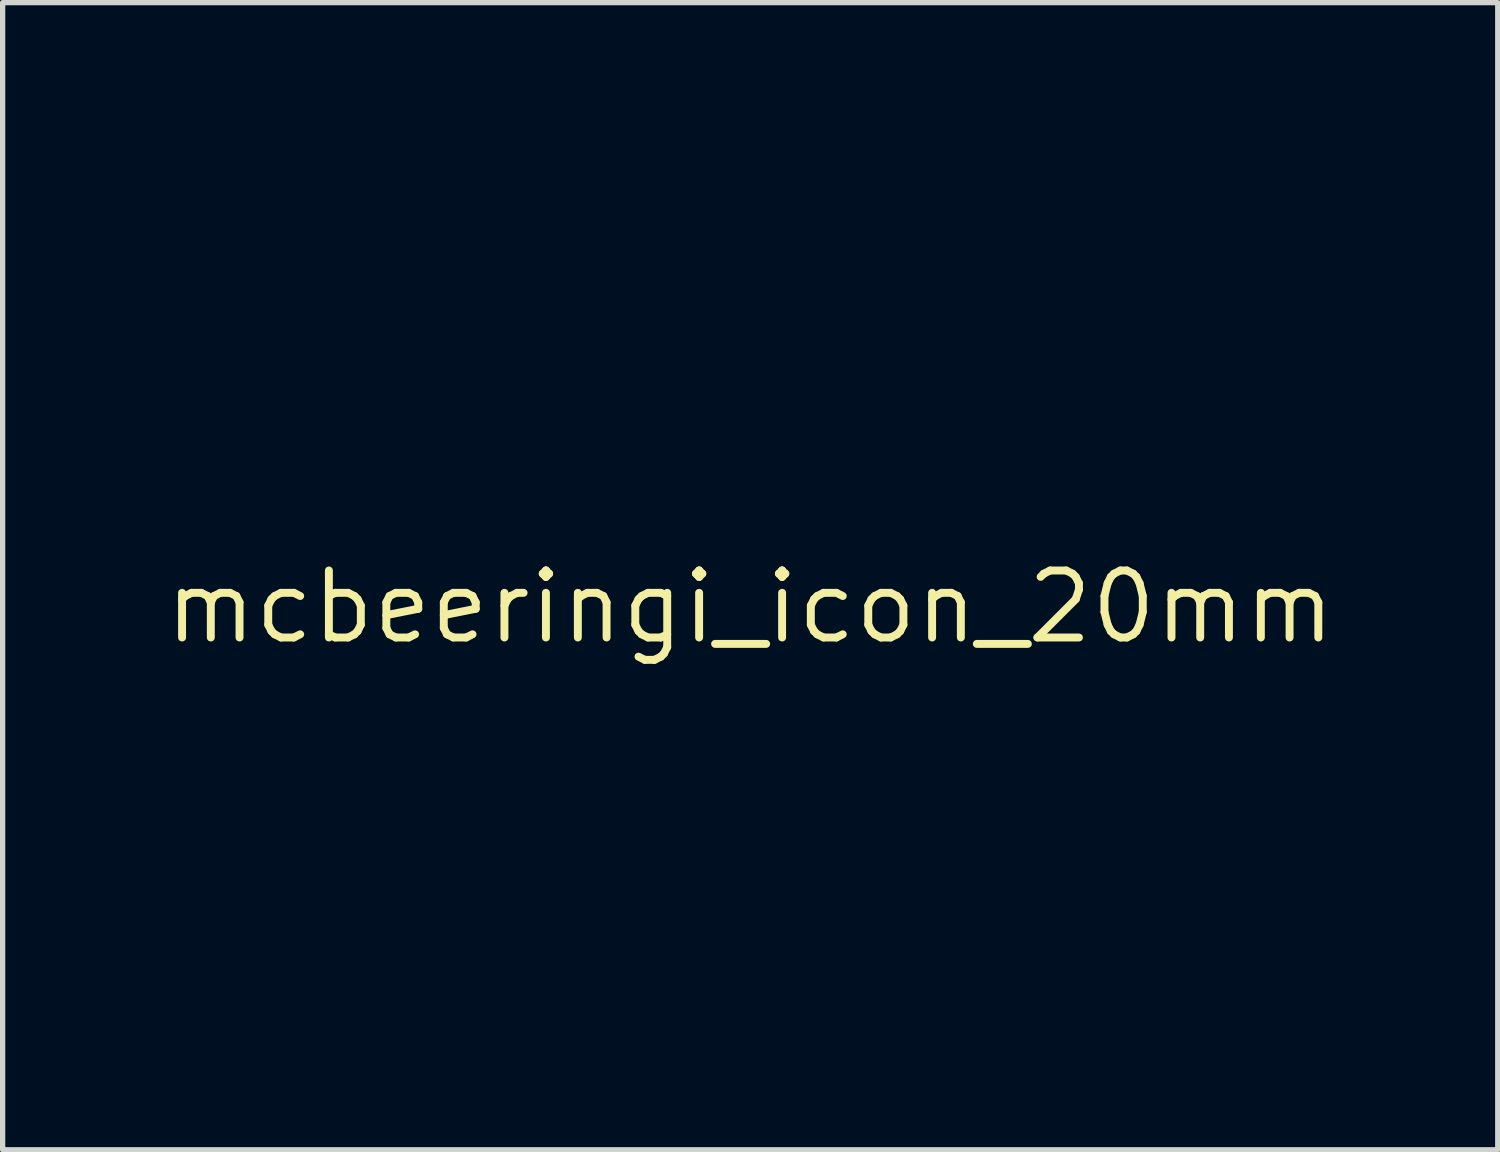
<source format=kicad_pcb>
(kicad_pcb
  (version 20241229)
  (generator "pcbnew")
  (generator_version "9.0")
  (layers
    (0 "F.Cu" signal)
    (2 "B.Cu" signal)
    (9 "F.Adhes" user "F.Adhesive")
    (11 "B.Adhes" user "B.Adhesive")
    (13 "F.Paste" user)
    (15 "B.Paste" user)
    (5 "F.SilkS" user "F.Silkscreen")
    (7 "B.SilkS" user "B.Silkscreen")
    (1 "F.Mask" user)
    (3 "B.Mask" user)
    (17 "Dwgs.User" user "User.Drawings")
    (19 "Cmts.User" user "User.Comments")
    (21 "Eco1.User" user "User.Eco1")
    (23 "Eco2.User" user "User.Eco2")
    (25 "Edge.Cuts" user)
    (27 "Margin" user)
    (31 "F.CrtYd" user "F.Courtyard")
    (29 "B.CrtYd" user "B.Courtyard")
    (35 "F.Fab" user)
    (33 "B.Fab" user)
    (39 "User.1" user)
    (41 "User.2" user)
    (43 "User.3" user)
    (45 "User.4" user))
  (footprint "mcbeeringi_icon_20mm"
    (layer "F.Cu")
    (at 11.165 8.45)
    (property "Reference" "mcbeeringi_icon_20mm" (at 0 0 0) (layer "F.SilkS") (effects (font (size 1.27 1.27) (thickness 0.15))))
    (attr board_only exclude_from_pos_files exclude_from_bom)
    (fp_poly (pts (xy 5.336 -2.781) (xy 5.345 -2.729) (xy 5.35 -2.675) (xy 5.358 -2.557) (xy 5.27 -2.473) (xy 5.178 -2.401) (xy 5.073 -2.347) (xy 5.067 -2.345) (xy 4.901 -2.293) (xy 4.705 -2.251) (xy 4.486 -2.219) (xy 4.254 -2.198) (xy 4.015 -2.189) (xy 3.968 -2.189) (xy 3.742 -2.19) (xy 4.528 -2.505) (xy 4.693 -2.571) (xy 4.847 -2.632) (xy 4.986 -2.686) (xy 5.107 -2.732) (xy 5.205 -2.768) (xy 5.277 -2.793) (xy 5.318 -2.806) (xy 5.328 -2.807)) (stroke (width 0) (type solid)) (fill yes) (layer "F.Mask"))
    (fp_poly (pts (xy -1.175 2.048) (xy -1.124 2.091) (xy -1.099 2.157) (xy -1.101 2.24) (xy -1.124 2.313) (xy -1.169 2.452) (xy -1.199 2.616) (xy -1.215 2.809) (xy -1.217 2.941) (xy -1.216 3.066) (xy -1.21 3.167) (xy -1.2 3.256) (xy -1.183 3.348) (xy -1.163 3.439) (xy -1.133 3.566) (xy -1.112 3.66) (xy -1.101 3.729) (xy -1.098 3.778) (xy -1.104 3.813) (xy -1.118 3.84) (xy -1.134 3.86) (xy -1.194 3.899) (xy -1.264 3.908) (xy -1.331 3.889) (xy -1.362 3.864) (xy -1.387 3.824) (xy -1.415 3.759) (xy -1.441 3.682) (xy -1.446 3.664) (xy -1.498 3.434) (xy -1.531 3.195) (xy -1.544 2.954) (xy -1.538 2.719) (xy -1.512 2.499) (xy -1.466 2.302) (xy -1.443 2.233) (xy -1.402 2.137) (xy -1.359 2.075) (xy -1.31 2.042) (xy -1.25 2.032)) (stroke (width 0) (type solid)) (fill yes) (layer "F.Mask"))
    (fp_poly (pts (xy 6.275 -1.235) (xy 6.31 -1.2) (xy 6.359 -1.143) (xy 6.417 -1.071) (xy 6.479 -0.988) (xy 6.542 -0.901) (xy 6.59 -0.83) (xy 6.722 -0.614) (xy 6.838 -0.393) (xy 6.936 -0.171) (xy 7.017 0.048) (xy 7.078 0.261) (xy 7.119 0.463) (xy 7.138 0.65) (xy 7.135 0.817) (xy 7.109 0.963) (xy 7.074 1.053) (xy 7.04 1.108) (xy 6.995 1.164) (xy 6.948 1.212) (xy 6.907 1.244) (xy 6.888 1.25) (xy 6.88 1.232) (xy 6.863 1.179) (xy 6.839 1.094) (xy 6.808 0.98) (xy 6.771 0.842) (xy 6.728 0.68) (xy 6.682 0.5) (xy 6.632 0.304) (xy 6.579 0.095) (xy 6.557 0.009) (xy 6.504 -0.204) (xy 6.454 -0.406) (xy 6.408 -0.594) (xy 6.367 -0.764) (xy 6.331 -0.913) (xy 6.302 -1.039) (xy 6.279 -1.137) (xy 6.264 -1.205) (xy 6.258 -1.239) (xy 6.258 -1.243)) (stroke (width 0) (type solid)) (fill yes) (layer "F.Mask"))
    (fp_poly (pts (xy 2.573 2.048) (xy 2.628 2.092) (xy 2.655 2.155) (xy 2.657 2.178) (xy 2.649 2.227) (xy 2.627 2.292) (xy 2.608 2.333) (xy 2.564 2.458) (xy 2.537 2.614) (xy 2.528 2.795) (xy 2.536 2.999) (xy 2.562 3.22) (xy 2.6 3.432) (xy 2.627 3.562) (xy 2.644 3.659) (xy 2.653 3.73) (xy 2.653 3.782) (xy 2.645 3.818) (xy 2.628 3.847) (xy 2.617 3.86) (xy 2.558 3.899) (xy 2.488 3.909) (xy 2.421 3.889) (xy 2.389 3.864) (xy 2.362 3.817) (xy 2.333 3.734) (xy 2.304 3.62) (xy 2.274 3.478) (xy 2.246 3.312) (xy 2.236 3.245) (xy 2.22 3.094) (xy 2.211 2.932) (xy 2.21 2.768) (xy 2.216 2.611) (xy 2.23 2.469) (xy 2.25 2.353) (xy 2.263 2.306) (xy 2.294 2.226) (xy 2.334 2.151) (xy 2.365 2.105) (xy 2.41 2.058) (xy 2.45 2.037) (xy 2.499 2.032)) (stroke (width 0) (type solid)) (fill yes) (layer "F.Mask"))
    (fp_poly (pts (xy -3.743 -3.589) (xy -3.679 -3.576) (xy -3.653 -3.569) (xy -3.581 -3.542) (xy -3.515 -3.508) (xy -3.488 -3.489) (xy -3.451 -3.456) (xy -3.443 -3.435) (xy -3.458 -3.414) (xy -3.458 -3.413) (xy -3.477 -3.397) (xy -3.523 -3.359) (xy -3.593 -3.3) (xy -3.683 -3.225) (xy -3.79 -3.136) (xy -3.911 -3.035) (xy -4.042 -2.925) (xy -4.182 -2.809) (xy -4.325 -2.69) (xy -4.47 -2.57) (xy -4.612 -2.452) (xy -4.749 -2.338) (xy -4.877 -2.231) (xy -4.994 -2.134) (xy -5.095 -2.05) (xy -5.179 -1.982) (xy -5.24 -1.931) (xy -5.277 -1.901) (xy -5.284 -1.895) (xy -5.305 -1.881) (xy -5.314 -1.885) (xy -5.314 -1.916) (xy -5.309 -1.968) (xy -5.281 -2.097) (xy -5.226 -2.246) (xy -5.148 -2.41) (xy -5.049 -2.581) (xy -4.931 -2.755) (xy -4.908 -2.787) (xy -4.743 -2.992) (xy -4.572 -3.171) (xy -4.399 -3.321) (xy -4.226 -3.44) (xy -4.057 -3.525) (xy -3.894 -3.575) (xy -3.885 -3.577) (xy -3.805 -3.589)) (stroke (width 0) (type solid)) (fill yes) (layer "F.Mask"))
    (fp_poly (pts (xy -0.898 1.097) (xy -0.868 1.105) (xy -0.846 1.12) (xy -0.83 1.134) (xy -0.791 1.194) (xy -0.781 1.264) (xy -0.8 1.331) (xy -0.826 1.362) (xy -0.857 1.384) (xy -0.901 1.399) (xy -0.969 1.409) (xy -1.045 1.416) (xy -1.38 1.458) (xy -1.71 1.534) (xy -2.028 1.643) (xy -2.328 1.781) (xy -2.576 1.929) (xy -2.691 2.011) (xy -2.794 2.095) (xy -2.879 2.178) (xy -2.945 2.254) (xy -2.988 2.321) (xy -3.004 2.374) (xy -2.992 2.408) (xy -2.977 2.442) (xy -2.97 2.494) (xy -2.97 2.501) (xy -2.987 2.577) (xy -3.033 2.63) (xy -3.104 2.656) (xy -3.131 2.657) (xy -3.182 2.651) (xy -3.223 2.626) (xy -3.261 2.585) (xy -3.318 2.489) (xy -3.337 2.383) (xy -3.319 2.269) (xy -3.263 2.147) (xy -3.17 2.017) (xy -3.044 1.884) (xy -2.849 1.723) (xy -2.624 1.574) (xy -2.374 1.44) (xy -2.107 1.324) (xy -1.83 1.229) (xy -1.549 1.158) (xy -1.271 1.113) (xy -1.108 1.099) (xy -1.01 1.095) (xy -0.942 1.094)) (stroke (width 0) (type solid)) (fill yes) (layer "F.Mask"))
    (fp_poly (pts (xy 2.497 1.199) (xy 2.627 1.208) (xy 2.913 1.242) (xy 3.184 1.293) (xy 3.436 1.359) (xy 3.664 1.441) (xy 3.865 1.535) (xy 4.034 1.641) (xy 4.114 1.706) (xy 4.17 1.759) (xy 4.203 1.798) (xy 4.217 1.834) (xy 4.22 1.874) (xy 4.204 1.95) (xy 4.159 2.004) (xy 4.09 2.029) (xy 4.063 2.03) (xy 4.015 2.021) (xy 3.958 1.992) (xy 3.883 1.941) (xy 3.859 1.923) (xy 3.694 1.816) (xy 3.494 1.724) (xy 3.258 1.646) (xy 2.988 1.583) (xy 2.931 1.572) (xy 2.825 1.556) (xy 2.697 1.543) (xy 2.56 1.534) (xy 2.423 1.527) (xy 2.296 1.525) (xy 2.192 1.528) (xy 2.144 1.532) (xy 2.08 1.542) (xy 2.046 1.554) (xy 2.034 1.573) (xy 2.032 1.59) (xy 2.014 1.645) (xy 1.968 1.69) (xy 1.905 1.716) (xy 1.873 1.719) (xy 1.802 1.702) (xy 1.743 1.655) (xy 1.702 1.588) (xy 1.684 1.51) (xy 1.692 1.429) (xy 1.707 1.392) (xy 1.762 1.327) (xy 1.851 1.275) (xy 1.972 1.235) (xy 2.122 1.209) (xy 2.298 1.197)) (stroke (width 0) (type solid)) (fill yes) (layer "F.Mask"))
    (fp_poly (pts (xy 4.402 -3.109) (xy 4.433 -3.065) (xy 4.459 -3.005) (xy 4.473 -2.943) (xy 4.474 -2.923) (xy 4.455 -2.845) (xy 4.399 -2.77) (xy 4.308 -2.7) (xy 4.184 -2.634) (xy 4.03 -2.574) (xy 3.847 -2.52) (xy 3.637 -2.473) (xy 3.402 -2.433) (xy 3.145 -2.402) (xy 2.927 -2.384) (xy 2.769 -2.374) (xy 2.635 -2.369) (xy 2.513 -2.368) (xy 2.388 -2.372) (xy 2.246 -2.381) (xy 2.185 -2.386) (xy 2.104 -2.394) (xy 2.008 -2.406) (xy 1.906 -2.421) (xy 1.804 -2.438) (xy 1.711 -2.455) (xy 1.635 -2.471) (xy 1.584 -2.484) (xy 1.565 -2.492) (xy 1.573 -2.504) (xy 1.585 -2.51) (xy 1.609 -2.516) (xy 1.668 -2.53) (xy 1.758 -2.55) (xy 1.874 -2.577) (xy 2.014 -2.608) (xy 2.173 -2.644) (xy 2.347 -2.682) (xy 2.534 -2.724) (xy 2.728 -2.767) (xy 2.928 -2.811) (xy 3.128 -2.856) (xy 3.326 -2.899) (xy 3.517 -2.941) (xy 3.698 -2.981) (xy 3.865 -3.018) (xy 4.015 -3.05) (xy 4.143 -3.078) (xy 4.246 -3.1) (xy 4.321 -3.116) (xy 4.363 -3.125) (xy 4.372 -3.126)) (stroke (width 0) (type solid)) (fill yes) (layer "F.Mask"))
    (fp_poly (pts (xy -1.177 4.238) (xy -1.126 4.279) (xy -1.097 4.338) (xy -1.094 4.366) (xy -1.103 4.406) (xy -1.127 4.47) (xy -1.162 4.55) (xy -1.201 4.63) (xy -1.286 4.815) (xy -1.346 4.984) (xy -1.379 5.135) (xy -1.387 5.265) (xy -1.368 5.373) (xy -1.322 5.457) (xy -1.25 5.514) (xy -1.247 5.516) (xy -1.177 5.537) (xy -1.118 5.534) (xy -1.077 5.51) (xy -1.059 5.469) (xy -1.073 5.414) (xy -1.074 5.414) (xy -1.096 5.338) (xy -1.087 5.266) (xy -1.051 5.206) (xy -0.992 5.168) (xy -0.935 5.158) (xy -0.864 5.176) (xy -0.807 5.227) (xy -0.766 5.308) (xy -0.745 5.413) (xy -0.742 5.472) (xy -0.759 5.596) (xy -0.808 5.698) (xy -0.889 5.78) (xy -0.967 5.824) (xy -1.049 5.849) (xy -1.15 5.859) (xy -1.252 5.855) (xy -1.337 5.837) (xy -1.339 5.836) (xy -1.471 5.766) (xy -1.575 5.669) (xy -1.651 5.549) (xy -1.698 5.406) (xy -1.714 5.244) (xy -1.699 5.065) (xy -1.692 5.023) (xy -1.66 4.896) (xy -1.614 4.758) (xy -1.56 4.62) (xy -1.5 4.489) (xy -1.439 4.375) (xy -1.381 4.287) (xy -1.362 4.264) (xy -1.305 4.227) (xy -1.24 4.22)) (stroke (width 0) (type solid)) (fill yes) (layer "F.Mask"))
    (fp_poly (pts (xy 1.32 -1.078) (xy 1.374 -1.047) (xy 1.465 -0.992) (xy 1.591 -0.937) (xy 1.749 -0.884) (xy 1.935 -0.834) (xy 2.147 -0.788) (xy 2.173 -0.783) (xy 2.466 -0.735) (xy 2.773 -0.7) (xy 3.089 -0.676) (xy 3.403 -0.666) (xy 3.709 -0.668) (xy 3.999 -0.684) (xy 4.264 -0.712) (xy 4.406 -0.735) (xy 4.528 -0.758) (xy 4.619 -0.772) (xy 4.684 -0.778) (xy 4.73 -0.776) (xy 4.762 -0.767) (xy 4.788 -0.75) (xy 4.798 -0.742) (xy 4.837 -0.682) (xy 4.846 -0.612) (xy 4.827 -0.545) (xy 4.802 -0.513) (xy 4.756 -0.486) (xy 4.677 -0.459) (xy 4.564 -0.432) (xy 4.414 -0.404) (xy 4.259 -0.38) (xy 4.161 -0.369) (xy 4.032 -0.359) (xy 3.88 -0.352) (xy 3.713 -0.346) (xy 3.54 -0.342) (xy 3.368 -0.34) (xy 3.205 -0.341) (xy 3.06 -0.344) (xy 2.94 -0.35) (xy 2.911 -0.353) (xy 2.623 -0.382) (xy 2.35 -0.42) (xy 2.095 -0.466) (xy 1.86 -0.517) (xy 1.651 -0.575) (xy 1.469 -0.637) (xy 1.319 -0.703) (xy 1.202 -0.772) (xy 1.163 -0.803) (xy 1.111 -0.868) (xy 1.092 -0.934) (xy 1.101 -0.995) (xy 1.134 -1.046) (xy 1.185 -1.081) (xy 1.248 -1.094)) (stroke (width 0) (type solid)) (fill yes) (layer "F.Mask"))
    (fp_poly (pts (xy 5.331 4.559) (xy 5.45 4.583) (xy 5.553 4.632) (xy 5.652 4.713) (xy 5.74 4.819) (xy 5.804 4.928) (xy 5.852 5.073) (xy 5.861 5.222) (xy 5.833 5.374) (xy 5.765 5.53) (xy 5.66 5.688) (xy 5.517 5.849) (xy 5.336 6.012) (xy 5.118 6.177) (xy 4.863 6.344) (xy 4.806 6.378) (xy 4.514 6.541) (xy 4.192 6.7) (xy 3.852 6.85) (xy 3.502 6.988) (xy 3.155 7.109) (xy 2.818 7.209) (xy 2.735 7.23) (xy 2.63 7.253) (xy 2.525 7.271) (xy 2.428 7.282) (xy 2.346 7.286) (xy 2.287 7.282) (xy 2.258 7.27) (xy 2.257 7.269) (xy 2.253 7.243) (xy 2.272 7.21) (xy 2.314 7.169) (xy 2.383 7.118) (xy 2.48 7.057) (xy 2.607 6.983) (xy 2.767 6.896) (xy 2.914 6.818) (xy 3.211 6.66) (xy 3.475 6.512) (xy 3.707 6.373) (xy 3.913 6.24) (xy 4.094 6.112) (xy 4.254 5.987) (xy 4.396 5.861) (xy 4.456 5.803) (xy 4.588 5.662) (xy 4.686 5.536) (xy 4.75 5.419) (xy 4.781 5.311) (xy 4.78 5.208) (xy 4.748 5.106) (xy 4.685 5.002) (xy 4.666 4.978) (xy 4.629 4.907) (xy 4.63 4.834) (xy 4.667 4.763) (xy 4.739 4.697) (xy 4.835 4.642) (xy 4.997 4.584) (xy 5.166 4.556)) (stroke (width 0) (type solid)) (fill yes) (layer "F.Mask"))
    (fp_poly (pts (xy 4.427 -0.144) (xy 4.506 -0.11) (xy 4.604 -0.058) (xy 4.718 0.009) (xy 4.842 0.089) (xy 4.971 0.176) (xy 5.101 0.269) (xy 5.226 0.363) (xy 5.342 0.455) (xy 5.444 0.542) (xy 5.527 0.621) (xy 5.572 0.67) (xy 5.649 0.769) (xy 5.712 0.863) (xy 5.764 0.961) (xy 5.807 1.071) (xy 5.847 1.2) (xy 5.886 1.358) (xy 5.9 1.419) (xy 5.946 1.601) (xy 6.003 1.767) (xy 6.076 1.925) (xy 6.166 2.081) (xy 6.279 2.241) (xy 6.417 2.412) (xy 6.545 2.557) (xy 6.618 2.639) (xy 6.668 2.699) (xy 6.7 2.744) (xy 6.716 2.779) (xy 6.721 2.811) (xy 6.721 2.818) (xy 6.704 2.89) (xy 6.657 2.943) (xy 6.587 2.968) (xy 6.561 2.97) (xy 6.53 2.967) (xy 6.499 2.956) (xy 6.464 2.932) (xy 6.418 2.89) (xy 6.355 2.826) (xy 6.317 2.788) (xy 6.115 2.562) (xy 5.948 2.344) (xy 5.813 2.129) (xy 5.708 1.914) (xy 5.631 1.694) (xy 5.606 1.598) (xy 5.584 1.501) (xy 5.561 1.403) (xy 5.541 1.32) (xy 5.536 1.299) (xy 5.497 1.166) (xy 5.441 1.049) (xy 5.364 0.938) (xy 5.258 0.821) (xy 5.247 0.811) (xy 5.112 0.687) (xy 4.953 0.561) (xy 4.765 0.43) (xy 4.545 0.291) (xy 4.512 0.27) (xy 4.406 0.206) (xy 4.33 0.157) (xy 4.277 0.119) (xy 4.245 0.088) (xy 4.228 0.059) (xy 4.221 0.028) (xy 4.22 0.000377) (xy 4.237 -0.074) (xy 4.283 -0.129) (xy 4.351 -0.155) (xy 4.374 -0.156)) (stroke (width 0) (type solid)) (fill yes) (layer "F.Mask"))
    (fp_poly (pts (xy 1.014 -2.015) (xy 1.067 -1.968) (xy 1.093 -1.899) (xy 1.094 -1.877) (xy 1.078 -1.817) (xy 1.03 -1.737) (xy 0.95 -1.636) (xy 0.837 -1.513) (xy 0.699 -1.376) (xy 0.489 -1.184) (xy 0.269 -1.005) (xy 0.043 -0.84) (xy -0.187 -0.691) (xy -0.416 -0.557) (xy -0.642 -0.443) (xy -0.863 -0.347) (xy -1.074 -0.272) (xy -1.272 -0.22) (xy -1.456 -0.191) (xy -1.62 -0.188) (xy -1.763 -0.21) (xy -1.838 -0.238) (xy -1.94 -0.303) (xy -2.015 -0.391) (xy -2.059 -0.493) (xy -2.068 -0.605) (xy -2.067 -0.617) (xy -2.065 -0.661) (xy -2.07 -0.683) (xy -2.072 -0.684) (xy -2.094 -0.679) (xy -2.146 -0.665) (xy -2.22 -0.645) (xy -2.291 -0.626) (xy -2.629 -0.514) (xy -2.96 -0.374) (xy -3.28 -0.206) (xy -3.586 -0.015) (xy -3.873 0.197) (xy -4.137 0.427) (xy -4.376 0.672) (xy -4.586 0.93) (xy -4.763 1.197) (xy -4.85 1.358) (xy -4.955 1.6) (xy -5.024 1.829) (xy -5.056 2.046) (xy -5.051 2.25) (xy -5.009 2.441) (xy -4.931 2.619) (xy -4.904 2.664) (xy -4.861 2.754) (xy -4.849 2.835) (xy -4.866 2.901) (xy -4.912 2.947) (xy -4.983 2.969) (xy -5.007 2.97) (xy -5.057 2.964) (xy -5.099 2.939) (xy -5.138 2.897) (xy -5.235 2.752) (xy -5.308 2.581) (xy -5.356 2.391) (xy -5.379 2.188) (xy -5.376 1.978) (xy -5.345 1.766) (xy -5.328 1.697) (xy -5.237 1.421) (xy -5.109 1.147) (xy -4.947 0.877) (xy -4.753 0.613) (xy -4.531 0.359) (xy -4.281 0.116) (xy -4.008 -0.112) (xy -3.712 -0.322) (xy -3.398 -0.513) (xy -3.243 -0.595) (xy -2.92 -0.747) (xy -2.601 -0.871) (xy -2.291 -0.965) (xy -2.054 -1.018) (xy -1.91 -1.045) (xy -1.833 -1.158) (xy -1.763 -1.257) (xy -1.708 -1.327) (xy -1.662 -1.372) (xy -1.62 -1.397) (xy -1.577 -1.406) (xy -1.564 -1.407) (xy -1.491 -1.39) (xy -1.439 -1.347) (xy -1.41 -1.285) (xy -1.409 -1.212) (xy -1.438 -1.142) (xy -1.47 -1.094) (xy -1.324 -1.094) (xy -1.246 -1.093) (xy -1.196 -1.086) (xy -1.163 -1.072) (xy -1.137 -1.049) (xy -1.101 -0.987) (xy -1.095 -0.916) (xy -1.117 -0.851) (xy -1.138 -0.826) (xy -1.163 -0.808) (xy -1.196 -0.795) (xy -1.247 -0.785) (xy -1.322 -0.776) (xy -1.429 -0.767) (xy -1.432 -0.767) (xy -1.528 -0.759) (xy -1.61 -0.749) (xy -1.671 -0.738) (xy -1.702 -0.728) (xy -1.704 -0.727) (xy -1.718 -0.695) (xy -1.726 -0.641) (xy -1.727 -0.622) (xy -1.726 -0.569) (xy -1.713 -0.541) (xy -1.679 -0.525) (xy -1.663 -0.52) (xy -1.578 -0.51) (xy -1.465 -0.518) (xy -1.329 -0.545) (xy -1.177 -0.587) (xy -1.012 -0.643) (xy -0.842 -0.712) (xy -0.676 -0.791) (xy -0.377 -0.956) (xy -0.097 -1.138) (xy 0.17 -1.344) (xy 0.431 -1.578) (xy 0.611 -1.758) (xy 0.702 -1.853) (xy 0.772 -1.924) (xy 0.824 -1.973) (xy 0.863 -2.005) (xy 0.893 -2.023) (xy 0.919 -2.03) (xy 0.941 -2.032)) (stroke (width 0) (type solid)) (fill yes) (layer "F.Mask"))
    (fp_poly (pts (xy 1.68 -8.43) (xy 1.796 -8.376) (xy 1.897 -8.288) (xy 1.901 -8.284) (xy 1.976 -8.167) (xy 2.019 -8.032) (xy 2.031 -7.88) (xy 2.012 -7.716) (xy 1.962 -7.543) (xy 1.884 -7.362) (xy 1.776 -7.177) (xy 1.641 -6.992) (xy 1.624 -6.971) (xy 1.516 -6.849) (xy 1.397 -6.731) (xy 1.258 -6.609) (xy 1.125 -6.502) (xy 1.052 -6.449) (xy 0.996 -6.42) (xy 0.947 -6.409) (xy 0.936 -6.409) (xy 0.861 -6.425) (xy 0.809 -6.47) (xy 0.785 -6.539) (xy 0.785 -6.576) (xy 0.791 -6.612) (xy 0.804 -6.643) (xy 0.832 -6.677) (xy 0.879 -6.721) (xy 0.951 -6.78) (xy 0.957 -6.785) (xy 1.078 -6.885) (xy 1.176 -6.971) (xy 1.259 -7.053) (xy 1.336 -7.138) (xy 1.412 -7.229) (xy 1.511 -7.366) (xy 1.59 -7.504) (xy 1.649 -7.64) (xy 1.687 -7.768) (xy 1.702 -7.885) (xy 1.694 -7.985) (xy 1.66 -8.063) (xy 1.637 -8.088) (xy 1.574 -8.122) (xy 1.493 -8.123) (xy 1.397 -8.094) (xy 1.289 -8.034) (xy 1.171 -7.945) (xy 1.046 -7.829) (xy 1.045 -7.829) (xy 0.901 -7.668) (xy 0.764 -7.488) (xy 0.633 -7.283) (xy 0.503 -7.049) (xy 0.372 -6.781) (xy 0.363 -6.76) (xy 0.325 -6.674) (xy 0.279 -6.565) (xy 0.229 -6.441) (xy 0.178 -6.311) (xy 0.129 -6.183) (xy 0.086 -6.067) (xy 0.051 -5.971) (xy 0.032 -5.91) (xy 0.029 -5.897) (xy 0.033 -5.888) (xy 0.048 -5.881) (xy 0.08 -5.877) (xy 0.132 -5.875) (xy 0.21 -5.875) (xy 0.318 -5.876) (xy 0.435 -5.878) (xy 0.642 -5.878) (xy 0.842 -5.873) (xy 1.03 -5.863) (xy 1.204 -5.848) (xy 1.357 -5.83) (xy 1.486 -5.808) (xy 1.587 -5.782) (xy 1.655 -5.754) (xy 1.675 -5.74) (xy 1.712 -5.681) (xy 1.72 -5.61) (xy 1.697 -5.542) (xy 1.671 -5.51) (xy 1.654 -5.495) (xy 1.637 -5.483) (xy 1.615 -5.476) (xy 1.583 -5.474) (xy 1.536 -5.476) (xy 1.468 -5.483) (xy 1.374 -5.495) (xy 1.249 -5.511) (xy 1.182 -5.521) (xy 1.053 -5.535) (xy 0.902 -5.544) (xy 0.724 -5.55) (xy 0.514 -5.551) (xy 0.498 -5.551) (xy 0.327 -5.55) (xy 0.19 -5.547) (xy 0.086 -5.542) (xy 0.009 -5.535) (xy -0.044 -5.525) (xy -0.076 -5.513) (xy -0.091 -5.496) (xy -0.093 -5.49) (xy -0.09 -5.478) (xy -0.071 -5.47) (xy -0.031 -5.466) (xy 0.036 -5.466) (xy 0.137 -5.468) (xy 0.138 -5.468) (xy 0.238 -5.471) (xy 0.307 -5.47) (xy 0.353 -5.467) (xy 0.383 -5.458) (xy 0.406 -5.444) (xy 0.421 -5.43) (xy 0.454 -5.391) (xy 0.469 -5.356) (xy 0.469 -5.355) (xy 0.473 -5.345) (xy 0.487 -5.337) (xy 0.517 -5.332) (xy 0.567 -5.328) (xy 0.641 -5.326) (xy 0.744 -5.324) (xy 0.881 -5.324) (xy 0.913 -5.324) (xy 1.125 -5.322) (xy 1.309 -5.315) (xy 1.478 -5.304) (xy 1.644 -5.287) (xy 1.819 -5.262) (xy 1.983 -5.235) (xy 2.386 -5.152) (xy 2.779 -5.045) (xy 3.157 -4.915) (xy 3.519 -4.765) (xy 3.858 -4.596) (xy 4.171 -4.411) (xy 4.455 -4.21) (xy 4.679 -4.02) (xy 4.762 -3.947) (xy 4.85 -3.875) (xy 4.931 -3.815) (xy 4.982 -3.781) (xy 5.054 -3.737) (xy 5.144 -3.679) (xy 5.238 -3.617) (xy 5.29 -3.582) (xy 5.363 -3.534) (xy 5.421 -3.5) (xy 5.459 -3.483) (xy 5.471 -3.484) (xy 5.488 -3.526) (xy 5.532 -3.563) (xy 5.589 -3.589) (xy 5.63 -3.595) (xy 5.692 -3.586) (xy 5.737 -3.554) (xy 5.768 -3.496) (xy 5.787 -3.406) (xy 5.793 -3.352) (xy 5.807 -3.196) (xy 6.031 -2.982) (xy 6.356 -2.644) (xy 6.652 -2.282) (xy 6.918 -1.896) (xy 7.153 -1.488) (xy 7.356 -1.061) (xy 7.525 -0.616) (xy 7.66 -0.155) (xy 7.725 0.137) (xy 7.754 0.285) (xy 7.777 0.413) (xy 7.794 0.53) (xy 7.807 0.644) (xy 7.816 0.762) (xy 7.821 0.893) (xy 7.824 1.045) (xy 7.825 1.226) (xy 7.825 1.28) (xy 7.824 1.448) (xy 7.823 1.585) (xy 7.82 1.695) (xy 7.816 1.787) (xy 7.81 1.867) (xy 7.801 1.941) (xy 7.79 2.016) (xy 7.779 2.079) (xy 7.712 2.387) (xy 7.628 2.669) (xy 7.526 2.92) (xy 7.409 3.139) (xy 7.371 3.198) (xy 7.29 3.302) (xy 7.192 3.405) (xy 7.087 3.498) (xy 6.985 3.571) (xy 6.922 3.606) (xy 6.809 3.657) (xy 6.614 4.04) (xy 6.555 4.156) (xy 6.498 4.263) (xy 6.448 4.355) (xy 6.407 4.426) (xy 6.379 4.47) (xy 6.373 4.478) (xy 6.314 4.522) (xy 6.244 4.535) (xy 6.176 4.516) (xy 6.138 4.488) (xy 6.106 4.437) (xy 6.098 4.377) (xy 6.115 4.302) (xy 6.159 4.207) (xy 6.181 4.166) (xy 6.22 4.096) (xy 6.264 4.015) (xy 6.309 3.929) (xy 6.351 3.846) (xy 6.388 3.774) (xy 6.415 3.719) (xy 6.428 3.689) (xy 6.428 3.686) (xy 6.411 3.676) (xy 6.367 3.658) (xy 6.306 3.635) (xy 6.208 3.594) (xy 6.144 3.552) (xy 6.108 3.504) (xy 6.096 3.446) (xy 6.096 3.439) (xy 6.112 3.367) (xy 6.155 3.313) (xy 6.216 3.284) (xy 6.239 3.282) (xy 6.284 3.289) (xy 6.351 3.304) (xy 6.417 3.324) (xy 6.485 3.344) (xy 6.541 3.355) (xy 6.571 3.355) (xy 6.593 3.331) (xy 6.625 3.274) (xy 6.665 3.19) (xy 6.71 3.083) (xy 6.727 3.038) (xy 7.073 3.038) (xy 7.083 3.048) (xy 7.092 3.038) (xy 7.083 3.028) (xy 7.073 3.038) (xy 6.727 3.038) (xy 6.735 3.019) (xy 7.089 3.019) (xy 7.122 2.98) (xy 7.149 2.94) (xy 7.184 2.881) (xy 7.204 2.844) (xy 7.293 2.641) (xy 7.368 2.409) (xy 7.43 2.153) (xy 7.475 1.879) (xy 7.503 1.596) (xy 7.508 1.485) (xy 7.511 1.404) (xy 7.512 1.348) (xy 7.512 1.32) (xy 7.51 1.327) (xy 7.509 1.329) (xy 7.472 1.615) (xy 7.421 1.898) (xy 7.355 2.184) (xy 7.271 2.482) (xy 7.167 2.799) (xy 7.103 2.98) (xy 7.089 3.019) (xy 6.735 3.019) (xy 6.759 2.958) (xy 6.81 2.821) (xy 6.862 2.676) (xy 6.912 2.528) (xy 6.959 2.383) (xy 7 2.244) (xy 7.034 2.12) (xy 7.078 1.943) (xy 7.112 1.794) (xy 7.138 1.664) (xy 7.156 1.543) (xy 7.168 1.422) (xy 7.175 1.292) (xy 7.178 1.143) (xy 7.179 0.987) (xy 7.177 0.8) (xy 7.172 0.644) (xy 7.162 0.508) (xy 7.145 0.383) (xy 7.121 0.26) (xy 7.087 0.13) (xy 7.044 -0.016) (xy 7.031 -0.056) (xy 6.982 -0.199) (xy 6.925 -0.343) (xy 6.857 -0.491) (xy 6.853 -0.498) (xy 7.21 -0.498) (xy 7.219 -0.488) (xy 7.229 -0.498) (xy 7.219 -0.508) (xy 7.21 -0.498) (xy 6.853 -0.498) (xy 6.777 -0.648) (xy 6.682 -0.818) (xy 6.57 -1.006) (xy 6.438 -1.216) (xy 6.284 -1.453) (xy 6.279 -1.461) (xy 6.193 -1.593) (xy 6.107 -1.725) (xy 6.026 -1.852) (xy 5.954 -1.966) (xy 5.895 -2.061) (xy 5.86 -2.12) (xy 5.777 -2.272) (xy 5.699 -2.437) (xy 5.659 -2.53) (xy 6.015 -2.53) (xy 6.106 -2.355) (xy 6.14 -2.293) (xy 6.193 -2.204) (xy 6.259 -2.095) (xy 6.337 -1.972) (xy 6.421 -1.84) (xy 6.509 -1.705) (xy 6.525 -1.681) (xy 6.662 -1.47) (xy 6.787 -1.275) (xy 6.897 -1.096) (xy 6.992 -0.938) (xy 7.068 -0.803) (xy 7.126 -0.694) (xy 7.163 -0.613) (xy 7.164 -0.61) (xy 7.184 -0.562) (xy 7.2 -0.536) (xy 7.204 -0.535) (xy 7.2 -0.555) (xy 7.184 -0.604) (xy 7.159 -0.675) (xy 7.126 -0.762) (xy 7.121 -0.775) (xy 6.996 -1.065) (xy 6.851 -1.355) (xy 6.69 -1.639) (xy 6.519 -1.908) (xy 6.341 -2.156) (xy 6.161 -2.373) (xy 6.115 -2.423) (xy 6.015 -2.53) (xy 5.659 -2.53) (xy 5.629 -2.602) (xy 5.573 -2.758) (xy 5.537 -2.882) (xy 5.505 -3.02) (xy 5.345 -3.142) (xy 5.277 -3.192) (xy 5.22 -3.232) (xy 5.183 -3.257) (xy 5.171 -3.263) (xy 5.164 -3.245) (xy 5.159 -3.2) (xy 5.158 -3.159) (xy 5.146 -3.068) (xy 5.109 -3.006) (xy 5.048 -2.975) (xy 4.999 -2.97) (xy 4.927 -2.986) (xy 4.875 -3.036) (xy 4.843 -3.118) (xy 4.836 -3.155) (xy 4.799 -3.3) (xy 4.726 -3.455) (xy 4.685 -3.523) (xy 4.658 -3.562) (xy 4.63 -3.594) (xy 4.592 -3.624) (xy 4.539 -3.656) (xy 4.463 -3.696) (xy 4.369 -3.742) (xy 3.922 -3.94) (xy 3.466 -4.104) (xy 3.337 -4.143) (xy 3.233 -4.176) (xy 3.14 -4.208) (xy 3.067 -4.237) (xy 3.022 -4.26) (xy 3.014 -4.265) (xy 2.977 -4.323) (xy 2.969 -4.392) (xy 2.991 -4.459) (xy 3.018 -4.493) (xy 3.031 -4.504) (xy 3.282 -4.504) (xy 3.292 -4.494) (xy 3.302 -4.504) (xy 3.292 -4.513) (xy 3.282 -4.504) (xy 3.031 -4.504) (xy 3.053 -4.52) (xy 3.09 -4.531) (xy 3.146 -4.53) (xy 3.169 -4.528) (xy 3.273 -4.517) (xy 3.185 -4.556) (xy 3.1 -4.59) (xy 2.987 -4.631) (xy 2.855 -4.675) (xy 2.713 -4.72) (xy 2.571 -4.763) (xy 2.438 -4.801) (xy 2.345 -4.825) (xy 1.894 -4.918) (xy 1.446 -4.977) (xy 1.003 -5.002) (xy 0.567 -4.994) (xy 0.142 -4.952) (xy -0.272 -4.878) (xy -0.671 -4.771) (xy -1.053 -4.631) (xy -1.417 -4.46) (xy -1.657 -4.321) (xy -1.761 -4.262) (xy -1.842 -4.229) (xy -1.905 -4.221) (xy -1.956 -4.237) (xy -1.99 -4.266) (xy -2.025 -4.328) (xy -2.031 -4.399) (xy -2.008 -4.465) (xy -1.988 -4.489) (xy -1.929 -4.536) (xy -1.84 -4.594) (xy -1.729 -4.659) (xy -1.601 -4.73) (xy -1.464 -4.8) (xy -1.323 -4.869) (xy -1.186 -4.93) (xy -1.113 -4.961) (xy -1.048 -4.989) (xy -1.014 -5.008) (xy -1.012 -5.017) (xy -1.044 -5.017) (xy -1.11 -5.008) (xy -1.213 -4.989) (xy -1.303 -4.972) (xy -1.755 -4.87) (xy -2.198 -4.746) (xy -2.625 -4.602) (xy -3.029 -4.44) (xy -3.405 -4.262) (xy -3.532 -4.195) (xy -3.713 -4.096) (xy -3.599 -4.054) (xy -3.469 -3.996) (xy -3.372 -3.926) (xy -3.309 -3.848) (xy -3.283 -3.764) (xy -3.282 -3.747) (xy -3.3 -3.675) (xy -3.347 -3.622) (xy -3.416 -3.596) (xy -3.438 -3.595) (xy -3.491 -3.605) (xy -3.546 -3.637) (xy -3.586 -3.672) (xy -3.661 -3.727) (xy -3.745 -3.759) (xy -3.846 -3.769) (xy -3.973 -3.758) (xy -4 -3.755) (xy -4.11 -3.735) (xy -4.204 -3.713) (xy -4.287 -3.685) (xy -4.366 -3.646) (xy -4.449 -3.594) (xy -4.543 -3.524) (xy -4.655 -3.432) (xy -4.719 -3.379) (xy -4.888 -3.213) (xy -5.047 -3.017) (xy -5.19 -2.799) (xy -5.312 -2.567) (xy -5.409 -2.33) (xy -5.473 -2.104) (xy -5.492 -1.993) (xy -5.504 -1.864) (xy -5.511 -1.729) (xy -5.511 -1.598) (xy -5.504 -1.483) (xy -5.491 -1.397) (xy -5.473 -1.282) (xy -5.482 -1.193) (xy -5.518 -1.132) (xy -5.579 -1.1) (xy -5.63 -1.094) (xy -5.7 -1.11) (xy -5.754 -1.159) (xy -5.793 -1.243) (xy -5.801 -1.27) (xy -5.815 -1.344) (xy -5.826 -1.446) (xy -5.833 -1.566) (xy -5.837 -1.693) (xy -5.838 -1.815) (xy -5.834 -1.923) (xy -5.826 -2.002) (xy -5.816 -2.07) (xy -5.811 -2.121) (xy -5.811 -2.144) (xy -5.811 -2.144) (xy -5.823 -2.131) (xy -5.851 -2.091) (xy -5.891 -2.031) (xy -5.936 -1.96) (xy -6.189 -1.514) (xy -6.405 -1.06) (xy -6.583 -0.595) (xy -6.725 -0.118) (xy -6.832 0.374) (xy -6.889 0.752) (xy -6.903 0.901) (xy -6.913 1.074) (xy -6.92 1.262) (xy -6.922 1.454) (xy -6.92 1.641) (xy -6.914 1.813) (xy -6.903 1.959) (xy -6.899 2.003) (xy -6.848 2.325) (xy -6.78 2.624) (xy -6.694 2.897) (xy -6.593 3.143) (xy -6.477 3.361) (xy -6.346 3.55) (xy -6.203 3.708) (xy -6.047 3.833) (xy -5.881 3.925) (xy -5.705 3.981) (xy -5.519 4.002) (xy -5.441 3.999) (xy -5.347 3.988) (xy -5.25 3.97) (xy -5.17 3.948) (xy -5.17 3.948) (xy -5.064 3.917) (xy -4.985 3.909) (xy -4.925 3.924) (xy -4.888 3.953) (xy -4.853 4.015) (xy -4.846 4.085) (xy -4.868 4.15) (xy -4.889 4.175) (xy -4.952 4.215) (xy -5.044 4.252) (xy -5.158 4.284) (xy -5.283 4.309) (xy -5.412 4.325) (xy -5.534 4.332) (xy -5.627 4.327) (xy -5.847 4.285) (xy -6.054 4.206) (xy -6.249 4.093) (xy -6.429 3.946) (xy -6.594 3.767) (xy -6.742 3.558) (xy -6.874 3.319) (xy -6.988 3.051) (xy -7.083 2.757) (xy -7.159 2.438) (xy -7.213 2.094) (xy -7.218 2.052) (xy -7.232 1.9) (xy -7.241 1.72) (xy -7.247 1.525) (xy -7.248 1.326) (xy -7.245 1.135) (xy -7.237 0.962) (xy -7.229 0.857) (xy -7.16 0.346) (xy -7.053 -0.157) (xy -6.909 -0.651) (xy -6.729 -1.132) (xy -6.514 -1.599) (xy -6.264 -2.049) (xy -6.061 -2.364) (xy -5.935 -2.55) (xy -6.05 -2.425) (xy -6.335 -2.088) (xy -6.592 -1.731) (xy -6.82 -1.357) (xy -7.017 -0.97) (xy -7.179 -0.575) (xy -7.304 -0.176) (xy -7.317 -0.13) (xy -7.357 0.035) (xy -7.389 0.179) (xy -7.413 0.311) (xy -7.431 0.44) (xy -7.443 0.575) (xy -7.45 0.725) (xy -7.453 0.897) (xy -7.453 1.065) (xy -7.453 1.228) (xy -7.451 1.359) (xy -7.449 1.465) (xy -7.444 1.553) (xy -7.437 1.631) (xy -7.427 1.705) (xy -7.414 1.783) (xy -7.408 1.817) (xy -7.382 1.955) (xy -7.364 2.061) (xy -7.354 2.139) (xy -7.35 2.195) (xy -7.353 2.235) (xy -7.362 2.264) (xy -7.377 2.287) (xy -7.386 2.297) (xy -7.447 2.336) (xy -7.517 2.345) (xy -7.584 2.325) (xy -7.615 2.301) (xy -7.641 2.255) (xy -7.668 2.173) (xy -7.696 2.057) (xy -7.725 1.909) (xy -7.753 1.733) (xy -7.76 1.68) (xy -7.77 1.583) (xy -7.777 1.456) (xy -7.782 1.308) (xy -7.785 1.146) (xy -7.785 0.981) (xy -7.783 0.819) (xy -7.778 0.671) (xy -7.771 0.544) (xy -7.762 0.446) (xy -7.761 0.44) (xy -7.676 -0.026) (xy -7.556 -0.475) (xy -7.401 -0.908) (xy -7.21 -1.325) (xy -6.983 -1.728) (xy -6.72 -2.115) (xy -6.421 -2.488) (xy -6.116 -2.816) (xy -5.861 -3.063) (xy -5.616 -3.277) (xy -5.378 -3.462) (xy -5.141 -3.622) (xy -4.92 -3.751) (xy -4.834 -3.803) (xy -4.737 -3.871) (xy -4.648 -3.941) (xy -4.627 -3.96) (xy -4.304 -4.228) (xy -3.948 -4.484) (xy -3.562 -4.725) (xy -3.152 -4.949) (xy -2.98 -5.031) (xy -0.957 -5.031) (xy -0.948 -5.021) (xy -0.938 -5.031) (xy -0.948 -5.041) (xy -0.957 -5.031) (xy -2.98 -5.031) (xy -2.72 -5.155) (xy -2.356 -5.305) (xy -1.329 -5.305) (xy -1.319 -5.295) (xy -1.309 -5.305) (xy -1.319 -5.314) (xy -1.329 -5.305) (xy -2.356 -5.305) (xy -2.321 -5.319) (xy -1.242 -5.319) (xy -1.223 -5.316) (xy -1.197 -5.32) (xy -1.197 -5.326) (xy -1.223 -5.331) (xy -1.235 -5.328) (xy -1.242 -5.319) (xy -2.321 -5.319) (xy -2.272 -5.339) (xy -2.268 -5.34) (xy -1.156 -5.34) (xy -1.144 -5.34) (xy -1.099 -5.345) (xy -1.094 -5.346) (xy -1.042 -5.352) (xy -0.961 -5.363) (xy -0.862 -5.376) (xy -0.755 -5.39) (xy -0.735 -5.393) (xy -0.622 -5.41) (xy -0.533 -5.426) (xy -0.473 -5.441) (xy -0.447 -5.454) (xy -0.437 -5.48) (xy -0.438 -5.485) (xy -0.458 -5.484) (xy -0.51 -5.477) (xy -0.584 -5.464) (xy -0.673 -5.448) (xy -0.771 -5.429) (xy -0.868 -5.41) (xy -0.957 -5.391) (xy -1.032 -5.374) (xy -1.075 -5.364) (xy -1.133 -5.348) (xy -1.156 -5.34) (xy -2.268 -5.34) (xy -1.81 -5.501) (xy -1.347 -5.635) (xy -1.195 -5.673) (xy -1.03 -5.71) (xy -0.865 -5.745) (xy -0.707 -5.775) (xy -0.567 -5.799) (xy -0.457 -5.814) (xy -0.337 -5.827) (xy -0.255 -6.072) (xy -0.13 -6.424) (xy 0.005 -6.757) (xy 0.148 -7.067) (xy 0.298 -7.351) (xy 0.453 -7.607) (xy 0.611 -7.833) (xy 0.772 -8.025) (xy 0.933 -8.18) (xy 0.95 -8.195) (xy 1.107 -8.309) (xy 1.261 -8.389) (xy 1.41 -8.437) (xy 1.55 -8.45)) (stroke (width 0) (type solid)) (fill yes) (layer "F.Mask")))
  (gr_rect
    (start -3 -3)
    (end 25.33 18.736)
    (stroke (width 0.1) (type default))
    (fill no)
    (layer "Edge.Cuts")))
</source>
